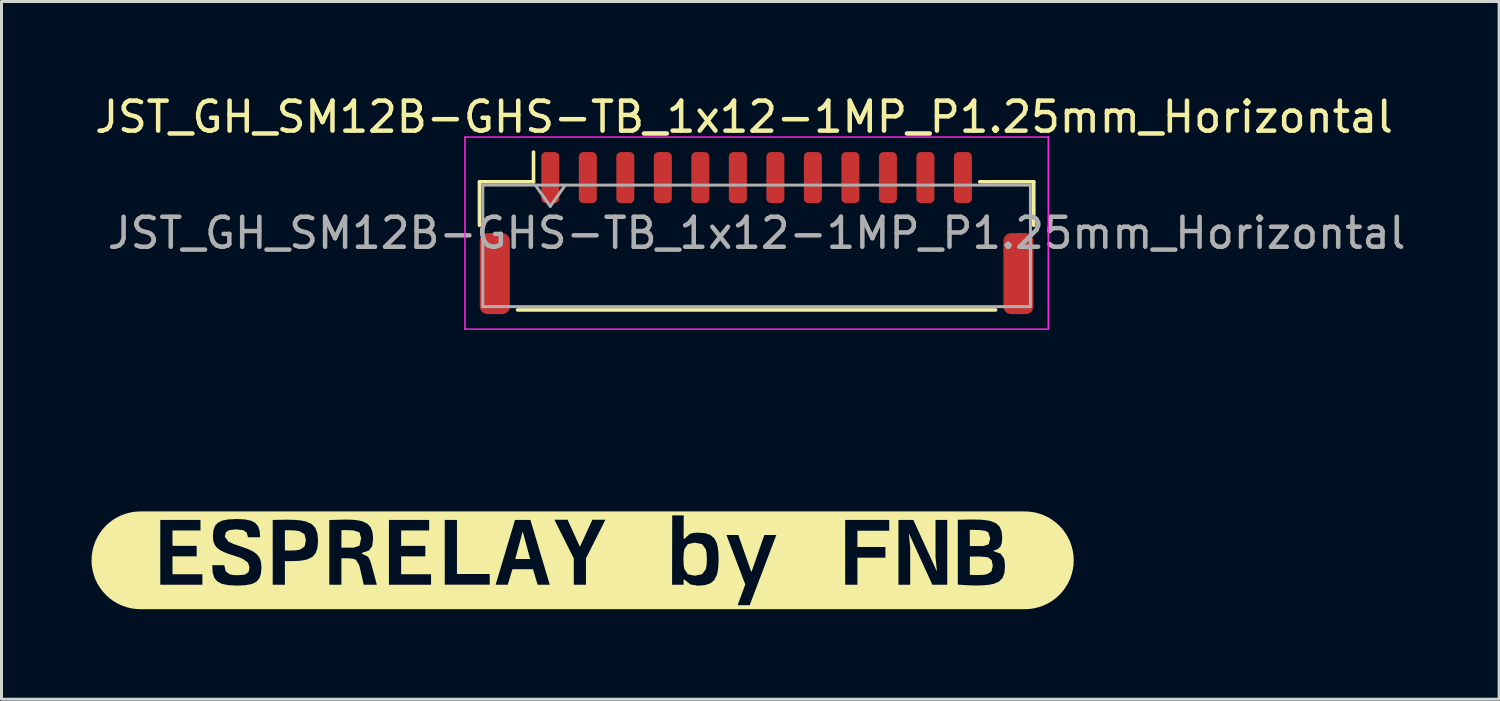
<source format=kicad_pcb>
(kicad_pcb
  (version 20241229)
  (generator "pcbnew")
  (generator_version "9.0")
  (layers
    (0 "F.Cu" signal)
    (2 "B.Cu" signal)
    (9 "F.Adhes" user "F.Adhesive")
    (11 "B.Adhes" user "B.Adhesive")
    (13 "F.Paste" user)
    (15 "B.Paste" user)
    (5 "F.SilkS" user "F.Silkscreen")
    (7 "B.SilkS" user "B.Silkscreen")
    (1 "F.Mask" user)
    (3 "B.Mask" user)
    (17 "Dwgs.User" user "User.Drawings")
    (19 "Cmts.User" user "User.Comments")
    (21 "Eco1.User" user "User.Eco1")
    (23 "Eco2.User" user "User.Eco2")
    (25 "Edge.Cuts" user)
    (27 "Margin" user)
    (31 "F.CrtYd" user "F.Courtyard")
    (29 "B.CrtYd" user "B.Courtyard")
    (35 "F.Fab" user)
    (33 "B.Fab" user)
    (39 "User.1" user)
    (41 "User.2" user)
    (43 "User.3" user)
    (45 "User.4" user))
  (footprint "JST_GH_SM12B-GHS-TB_1x12-1MP_P1.25mm_Horizontal"
    (layer "F.Cu")
    (at 22.164 4.718)
    (property "Reference" "JST_GH_SM12B-GHS-TB_1x12-1MP_P1.25mm_Horizontal" (at -0.42 -3.87 0) (layer "F.SilkS") (effects (font (size 1 1) (thickness 0.15))))
    (attr smd)
    (fp_line (start -9.235 -1.71) (end -7.435 -1.71) (stroke (width 0.12) (type solid)) (layer "F.SilkS"))
    (fp_line (start -9.235 -0.26) (end -9.235 -1.71) (stroke (width 0.12) (type solid)) (layer "F.SilkS"))
    (fp_line (start -7.965 2.56) (end 7.965 2.56) (stroke (width 0.12) (type solid)) (layer "F.SilkS"))
    (fp_line (start -7.435 -1.71) (end -7.435 -2.7) (stroke (width 0.12) (type solid)) (layer "F.SilkS"))
    (fp_line (start 9.235 -1.71) (end 7.435 -1.71) (stroke (width 0.12) (type solid)) (layer "F.SilkS"))
    (fp_line (start 9.235 -0.26) (end 9.235 -1.71) (stroke (width 0.12) (type solid)) (layer "F.SilkS"))
    (fp_line (start -9.72 -3.2) (end -9.72 3.2) (stroke (width 0.05) (type solid)) (layer "F.CrtYd"))
    (fp_line (start -9.72 3.2) (end 9.72 3.2) (stroke (width 0.05) (type solid)) (layer "F.CrtYd"))
    (fp_line (start 9.72 -3.2) (end -9.72 -3.2) (stroke (width 0.05) (type solid)) (layer "F.CrtYd"))
    (fp_line (start 9.72 3.2) (end 9.72 -3.2) (stroke (width 0.05) (type solid)) (layer "F.CrtYd"))
    (fp_line (start -9.125 -1.6) (end -9.125 2.45) (stroke (width 0.1) (type solid)) (layer "F.Fab"))
    (fp_line (start -9.125 -1.6) (end 9.125 -1.6) (stroke (width 0.1) (type solid)) (layer "F.Fab"))
    (fp_line (start -9.125 2.45) (end 9.125 2.45) (stroke (width 0.1) (type solid)) (layer "F.Fab"))
    (fp_line (start -7.375 -1.6) (end -6.875 -0.893) (stroke (width 0.1) (type solid)) (layer "F.Fab"))
    (fp_line (start -6.875 -0.893) (end -6.375 -1.6) (stroke (width 0.1) (type solid)) (layer "F.Fab"))
    (fp_line (start 9.125 -1.6) (end 9.125 2.45) (stroke (width 0.1) (type solid)) (layer "F.Fab"))
    (fp_text user "${REFERENCE}" (at 0 0 0) (layer "F.Fab") (effects (font (size 1 1) (thickness 0.15))))
    (pad "1" smd roundrect (at -6.875 -1.85) (size 0.6 1.7) (layers "F.Cu" "F.Mask" "F.Paste") (roundrect_rratio 0.25))
    (pad "2" smd roundrect (at -5.625 -1.85) (size 0.6 1.7) (layers "F.Cu" "F.Mask" "F.Paste") (roundrect_rratio 0.25))
    (pad "3" smd roundrect (at -4.375 -1.85) (size 0.6 1.7) (layers "F.Cu" "F.Mask" "F.Paste") (roundrect_rratio 0.25))
    (pad "4" smd roundrect (at -3.125 -1.85) (size 0.6 1.7) (layers "F.Cu" "F.Mask" "F.Paste") (roundrect_rratio 0.25))
    (pad "5" smd roundrect (at -1.875 -1.85) (size 0.6 1.7) (layers "F.Cu" "F.Mask" "F.Paste") (roundrect_rratio 0.25))
    (pad "6" smd roundrect (at -0.625 -1.85) (size 0.6 1.7) (layers "F.Cu" "F.Mask" "F.Paste") (roundrect_rratio 0.25))
    (pad "7" smd roundrect (at 0.625 -1.85) (size 0.6 1.7) (layers "F.Cu" "F.Mask" "F.Paste") (roundrect_rratio 0.25))
    (pad "8" smd roundrect (at 1.875 -1.85) (size 0.6 1.7) (layers "F.Cu" "F.Mask" "F.Paste") (roundrect_rratio 0.25))
    (pad "9" smd roundrect (at 3.125 -1.85) (size 0.6 1.7) (layers "F.Cu" "F.Mask" "F.Paste") (roundrect_rratio 0.25))
    (pad "10" smd roundrect (at 4.375 -1.85) (size 0.6 1.7) (layers "F.Cu" "F.Mask" "F.Paste") (roundrect_rratio 0.25))
    (pad "11" smd roundrect (at 5.625 -1.85) (size 0.6 1.7) (layers "F.Cu" "F.Mask" "F.Paste") (roundrect_rratio 0.25))
    (pad "12" smd roundrect (at 6.875 -1.85) (size 0.6 1.7) (layers "F.Cu" "F.Mask" "F.Paste") (roundrect_rratio 0.25))
    (pad "MP" smd roundrect (at -8.725 1.35) (size 1 2.7) (layers "F.Cu" "F.Mask" "F.Paste") (roundrect_rratio 0.25))
    (pad "MP" smd roundrect (at 8.725 1.35) (size 1 2.7) (layers "F.Cu" "F.Mask" "F.Paste") (roundrect_rratio 0.25)))
  (footprint "kibuzzard-6566713E"
    (layer "F.Cu")
    (at 16.366 15.622)
    (property "Reference" "kibuzzard-6566713E" (at 0 -4.677 0) (layer "F.SilkS") (effects (font (size 0.001 0.001) (thickness 0.15))))
    (attr board_only exclude_from_pos_files exclude_from_bom)
    (fp_poly (pts (xy -1.749 -0.043) (xy -1.994 -0.951) (xy -2 -0.951) (xy -2.245 -0.043) (xy -1.749 -0.043)) (stroke (width 0) (type solid)) (fill yes) (layer "F.SilkS"))
    (fp_poly (pts (xy -7.63 -0.421) (xy -7.434 -0.489) (xy -7.382 -0.735) (xy -7.436 -0.93) (xy -7.636 -0.995) (xy -7.79 -1.003) (xy -7.903 -1.005) (xy -8.039 -1.002) (xy -8.039 -0.421) (xy -7.63 -0.421)) (stroke (width 0) (type solid)) (fill yes) (layer "F.SilkS"))
    (fp_poly (pts (xy 13.348 -0.475) (xy 13.533 -0.533) (xy 13.583 -0.732) (xy 13.518 -0.932) (xy 13.424 -0.979) (xy 13.271 -1.005) (xy 13.008 -1.014) (xy 12.903 -1.014) (xy 12.903 -0.475) (xy 13.348 -0.475)) (stroke (width 0) (type solid)) (fill yes) (layer "F.SilkS"))
    (fp_poly (pts (xy -9.722 -0.325) (xy -9.547 -0.333) (xy -9.417 -0.357) (xy -9.265 -0.462) (xy -9.22 -0.672) (xy -9.271 -0.872) (xy -9.441 -0.972) (xy -9.585 -0.994) (xy -9.779 -1.002) (xy -9.922 -1.002) (xy -9.922 -0.325) (xy -9.722 -0.325)) (stroke (width 0) (type solid)) (fill yes) (layer "F.SilkS"))
    (fp_poly (pts (xy 13.179 0.491) (xy 13.35 0.484) (xy 13.476 0.464) (xy 13.624 0.371) (xy 13.668 0.186) (xy 13.632 -0.005) (xy 13.511 -0.098) (xy 13.268 -0.125) (xy 12.903 -0.125) (xy 12.903 0.484) (xy 13.047 0.489) (xy 13.179 0.491)) (stroke (width 0) (type solid)) (fill yes) (layer "F.SilkS"))
    (fp_poly (pts (xy 3.731 0.513) (xy 3.98 0.464) (xy 4.104 0.297) (xy 4.131 0.154) (xy 4.14 -0.04) (xy 4.131 -0.231) (xy 4.104 -0.373) (xy 3.98 -0.54) (xy 3.731 -0.589) (xy 3.505 -0.54) (xy 3.392 -0.373) (xy 3.367 -0.231) (xy 3.359 -0.04) (xy 3.367 0.152) (xy 3.392 0.295) (xy 3.505 0.464) (xy 3.731 0.513)) (stroke (width 0) (type solid)) (fill yes) (layer "F.SilkS"))
    (fp_poly (pts (xy -14.075 -1.629) (xy -14.736 -1.629) (xy -14.896 -1.621) (xy -15.054 -1.598) (xy -15.209 -1.559) (xy -15.36 -1.505) (xy -15.504 -1.437) (xy -15.641 -1.355) (xy -15.77 -1.259) (xy -15.888 -1.152) (xy -15.996 -1.034) (xy -16.091 -0.905) (xy -16.173 -0.768) (xy -16.242 -0.624) (xy -16.295 -0.473) (xy -16.334 -0.318) (xy -16.358 -0.16) (xy -16.366 0) (xy -16.358 0.16) (xy -16.334 0.318) (xy -16.295 0.473) (xy -16.242 0.624) (xy -16.173 0.768) (xy -16.091 0.905) (xy -15.996 1.034) (xy -15.888 1.152) (xy -15.77 1.259) (xy -15.641 1.355) (xy -15.504 1.437) (xy -15.36 1.505) (xy -15.209 1.559) (xy -15.054 1.598) (xy -14.896 1.621) (xy -14.736 1.629) (xy -14.075 1.629) (xy -12.671 1.629) (xy -12.671 0.814) (xy -14.075 0.814) (xy -14.075 -1.345) (xy -12.735 -1.345) (xy -12.735 -0.995) (xy -13.668 -0.995) (xy -13.668 -0.481) (xy -12.862 -0.481) (xy -12.862 -0.132) (xy -13.668 -0.132) (xy -13.668 0.465) (xy -12.671 0.465) (xy -12.671 0.814) (xy -12.671 1.629) (xy -11.516 1.629) (xy -11.516 0.843) (xy -11.808 0.828) (xy -12.025 0.783) (xy -12.178 0.701) (xy -12.278 0.576) (xy -12.33 0.4) (xy -12.341 0.164) (xy -11.944 0.164) (xy -11.894 0.368) (xy -11.759 0.468) (xy -11.645 0.49) (xy -11.49 0.497) (xy -11.254 0.475) (xy -11.135 0.397) (xy -11.1 0.24) (xy -11.151 0.078) (xy -11.317 -0.044) (xy -11.457 -0.102) (xy -11.646 -0.164) (xy -11.882 -0.243) (xy -12.057 -0.324) (xy -12.18 -0.412) (xy -12.262 -0.516) (xy -12.307 -0.642) (xy -12.322 -0.799) (xy -12.304 -0.999) (xy -12.251 -1.148) (xy -12.155 -1.254) (xy -12.009 -1.324) (xy -11.804 -1.363) (xy -11.528 -1.376) (xy -11.258 -1.363) (xy -11.057 -1.322) (xy -10.914 -1.249) (xy -10.817 -1.138) (xy -10.763 -0.98) (xy -10.747 -0.767) (xy -11.151 -0.767) (xy -11.197 -0.927) (xy -11.314 -1.006) (xy -11.541 -1.03) (xy -11.774 -1.008) (xy -11.89 -0.935) (xy -11.925 -0.786) (xy -11.803 -0.622) (xy -11.633 -0.544) (xy -11.367 -0.452) (xy -11.136 -0.369) (xy -10.965 -0.284) (xy -10.844 -0.189) (xy -10.763 -0.076) (xy -10.718 0.063) (xy -10.703 0.237) (xy -10.721 0.448) (xy -10.776 0.605) (xy -10.874 0.716) (xy -11.022 0.789) (xy -11.232 0.829) (xy -11.516 0.843) (xy -11.516 1.629) (xy -9.922 1.629) (xy -9.922 0.814) (xy -10.328 0.814) (xy -10.328 -1.345) (xy -9.833 -1.354) (xy -9.587 -1.347) (xy -9.381 -1.327) (xy -9.215 -1.292) (xy -9.03 -1.208) (xy -8.907 -1.081) (xy -8.84 -0.901) (xy -8.817 -0.659) (xy -8.836 -0.42) (xy -8.895 -0.243) (xy -9 -0.118) (xy -9.16 -0.035) (xy -9.302 -0.001) (xy -9.479 0.02) (xy -9.69 0.027) (xy -9.922 0.027) (xy -9.922 0.814) (xy -9.922 1.629) (xy -6.858 1.629) (xy -6.858 0.814) (xy -7.293 0.814) (xy -7.442 0.17) (xy -7.556 -0.019) (xy -7.668 -0.056) (xy -7.836 -0.068) (xy -8.039 -0.068) (xy -8.039 0.814) (xy -8.442 0.814) (xy -8.442 -1.341) (xy -8.065 -1.354) (xy -7.877 -1.357) (xy -7.662 -1.351) (xy -7.481 -1.331) (xy -7.336 -1.297) (xy -7.172 -1.218) (xy -7.063 -1.1) (xy -7.002 -0.937) (xy -6.982 -0.719) (xy -7.015 -0.464) (xy -7.128 -0.321) (xy -7.353 -0.249) (xy -7.353 -0.221) (xy -7.155 -0.122) (xy -7.093 -0.018) (xy -7.039 0.141) (xy -6.858 0.814) (xy -6.858 1.629) (xy -5.051 1.629) (xy -5.051 0.814) (xy -6.455 0.814) (xy -6.455 -1.345) (xy -5.115 -1.345) (xy -5.115 -0.995) (xy -6.048 -0.995) (xy -6.048 -0.481) (xy -5.242 -0.481) (xy -5.242 -0.132) (xy -6.048 -0.132) (xy -6.048 0.465) (xy -5.051 0.465) (xy -5.051 0.814) (xy -5.051 1.629) (xy -3.096 1.629) (xy -3.096 0.811) (xy -4.594 0.811) (xy -4.594 -1.345) (xy -4.188 -1.345) (xy -4.188 0.456) (xy -3.096 0.456) (xy -3.096 0.811) (xy -3.096 1.629) (xy -1.095 1.629) (xy -1.095 0.814) (xy -1.499 0.814) (xy -1.654 0.297) (xy -2.34 0.297) (xy -2.496 0.814) (xy -2.899 0.814) (xy -2.254 -1.345) (xy -1.74 -1.345) (xy -1.095 0.814) (xy -1.095 1.629) (xy 0.111 1.629) (xy 0.111 0.814) (xy -0.295 0.814) (xy -0.295 -0.065) (xy -0.94 -1.351) (xy -0.502 -1.351) (xy -0.098 -0.465) (xy -0.083 -0.465) (xy 0.324 -1.351) (xy 0.759 -1.351) (xy 0.111 -0.065) (xy 0.111 0.814) (xy 0.111 1.629) (xy 3.839 1.629) (xy 3.839 0.846) (xy 3.589 0.803) (xy 3.391 0.64) (xy 3.365 0.64) (xy 3.365 0.814) (xy 2.981 0.814) (xy 2.985 -1.497) (xy 3.369 -1.497) (xy 3.365 -0.716) (xy 3.391 -0.716) (xy 3.572 -0.878) (xy 3.686 -0.911) (xy 3.839 -0.922) (xy 4.08 -0.902) (xy 4.259 -0.843) (xy 4.385 -0.736) (xy 4.469 -0.575) (xy 4.503 -0.431) (xy 4.524 -0.253) (xy 4.531 -0.04) (xy 4.524 0.175) (xy 4.503 0.355) (xy 4.469 0.498) (xy 4.385 0.66) (xy 4.259 0.767) (xy 4.08 0.826) (xy 3.839 0.846) (xy 3.839 1.629) (xy 5.566 1.629) (xy 5.566 1.497) (xy 5.166 1.497) (xy 5.42 0.805) (xy 4.794 -0.843) (xy 5.188 -0.843) (xy 5.617 0.376) (xy 5.632 0.376) (xy 6.055 -0.843) (xy 6.455 -0.843) (xy 5.566 1.497) (xy 5.566 1.629) (xy 9.157 1.629) (xy 9.157 0.814) (xy 8.75 0.814) (xy 8.75 -1.345) (xy 10.217 -1.345) (xy 10.217 -0.986) (xy 9.157 -0.986) (xy 9.157 -0.443) (xy 10.09 -0.443) (xy 10.09 -0.087) (xy 9.157 -0.087) (xy 9.157 0.814) (xy 9.157 1.629) (xy 12.151 1.629) (xy 12.151 0.814) (xy 11.655 0.814) (xy 10.881 -0.878) (xy 10.871 -0.878) (xy 10.916 -0.427) (xy 10.916 0.814) (xy 10.525 0.814) (xy 10.525 -1.345) (xy 11.02 -1.345) (xy 11.795 0.348) (xy 11.805 0.348) (xy 11.76 -0.103) (xy 11.76 -1.345) (xy 12.151 -1.345) (xy 12.151 0.814) (xy 12.151 1.629) (xy 13.125 1.629) (xy 13.125 0.84) (xy 12.932 0.836) (xy 12.725 0.826) (xy 12.503 0.808) (xy 12.503 -1.351) (xy 13.043 -1.36) (xy 13.014 -1.36) (xy 13.249 -1.354) (xy 13.445 -1.336) (xy 13.602 -1.307) (xy 13.778 -1.234) (xy 13.895 -1.124) (xy 13.961 -0.969) (xy 13.983 -0.76) (xy 13.967 -0.577) (xy 13.921 -0.452) (xy 13.834 -0.372) (xy 13.697 -0.322) (xy 13.697 -0.303) (xy 13.927 -0.221) (xy 14.041 -0.062) (xy 14.066 0.058) (xy 14.075 0.214) (xy 14.053 0.433) (xy 13.989 0.595) (xy 13.874 0.709) (xy 13.702 0.784) (xy 13.548 0.815) (xy 13.356 0.834) (xy 13.125 0.84) (xy 13.125 1.629) (xy 14.075 1.629) (xy 14.736 1.629) (xy 14.896 1.621) (xy 15.054 1.598) (xy 15.209 1.559) (xy 15.36 1.505) (xy 15.504 1.437) (xy 15.641 1.355) (xy 15.77 1.259) (xy 15.888 1.152) (xy 15.996 1.034) (xy 16.091 0.905) (xy 16.173 0.768) (xy 16.242 0.624) (xy 16.295 0.473) (xy 16.334 0.318) (xy 16.358 0.16) (xy 16.366 0) (xy 16.358 -0.16) (xy 16.334 -0.318) (xy 16.295 -0.473) (xy 16.242 -0.624) (xy 16.173 -0.768) (xy 16.091 -0.905) (xy 15.996 -1.034) (xy 15.888 -1.152) (xy 15.77 -1.259) (xy 15.641 -1.355) (xy 15.504 -1.437) (xy 15.36 -1.505) (xy 15.209 -1.559) (xy 15.054 -1.598) (xy 14.896 -1.621) (xy 14.736 -1.629) (xy 14.075 -1.629) (xy -14.075 -1.629)) (stroke (width 0) (type solid)) (fill yes) (layer "F.SilkS")))
  (gr_rect
    (start -3 -3)
    (end 46.908 20.251)
    (stroke (width 0.1) (type default))
    (fill no)
    (layer "Edge.Cuts")))
</source>
